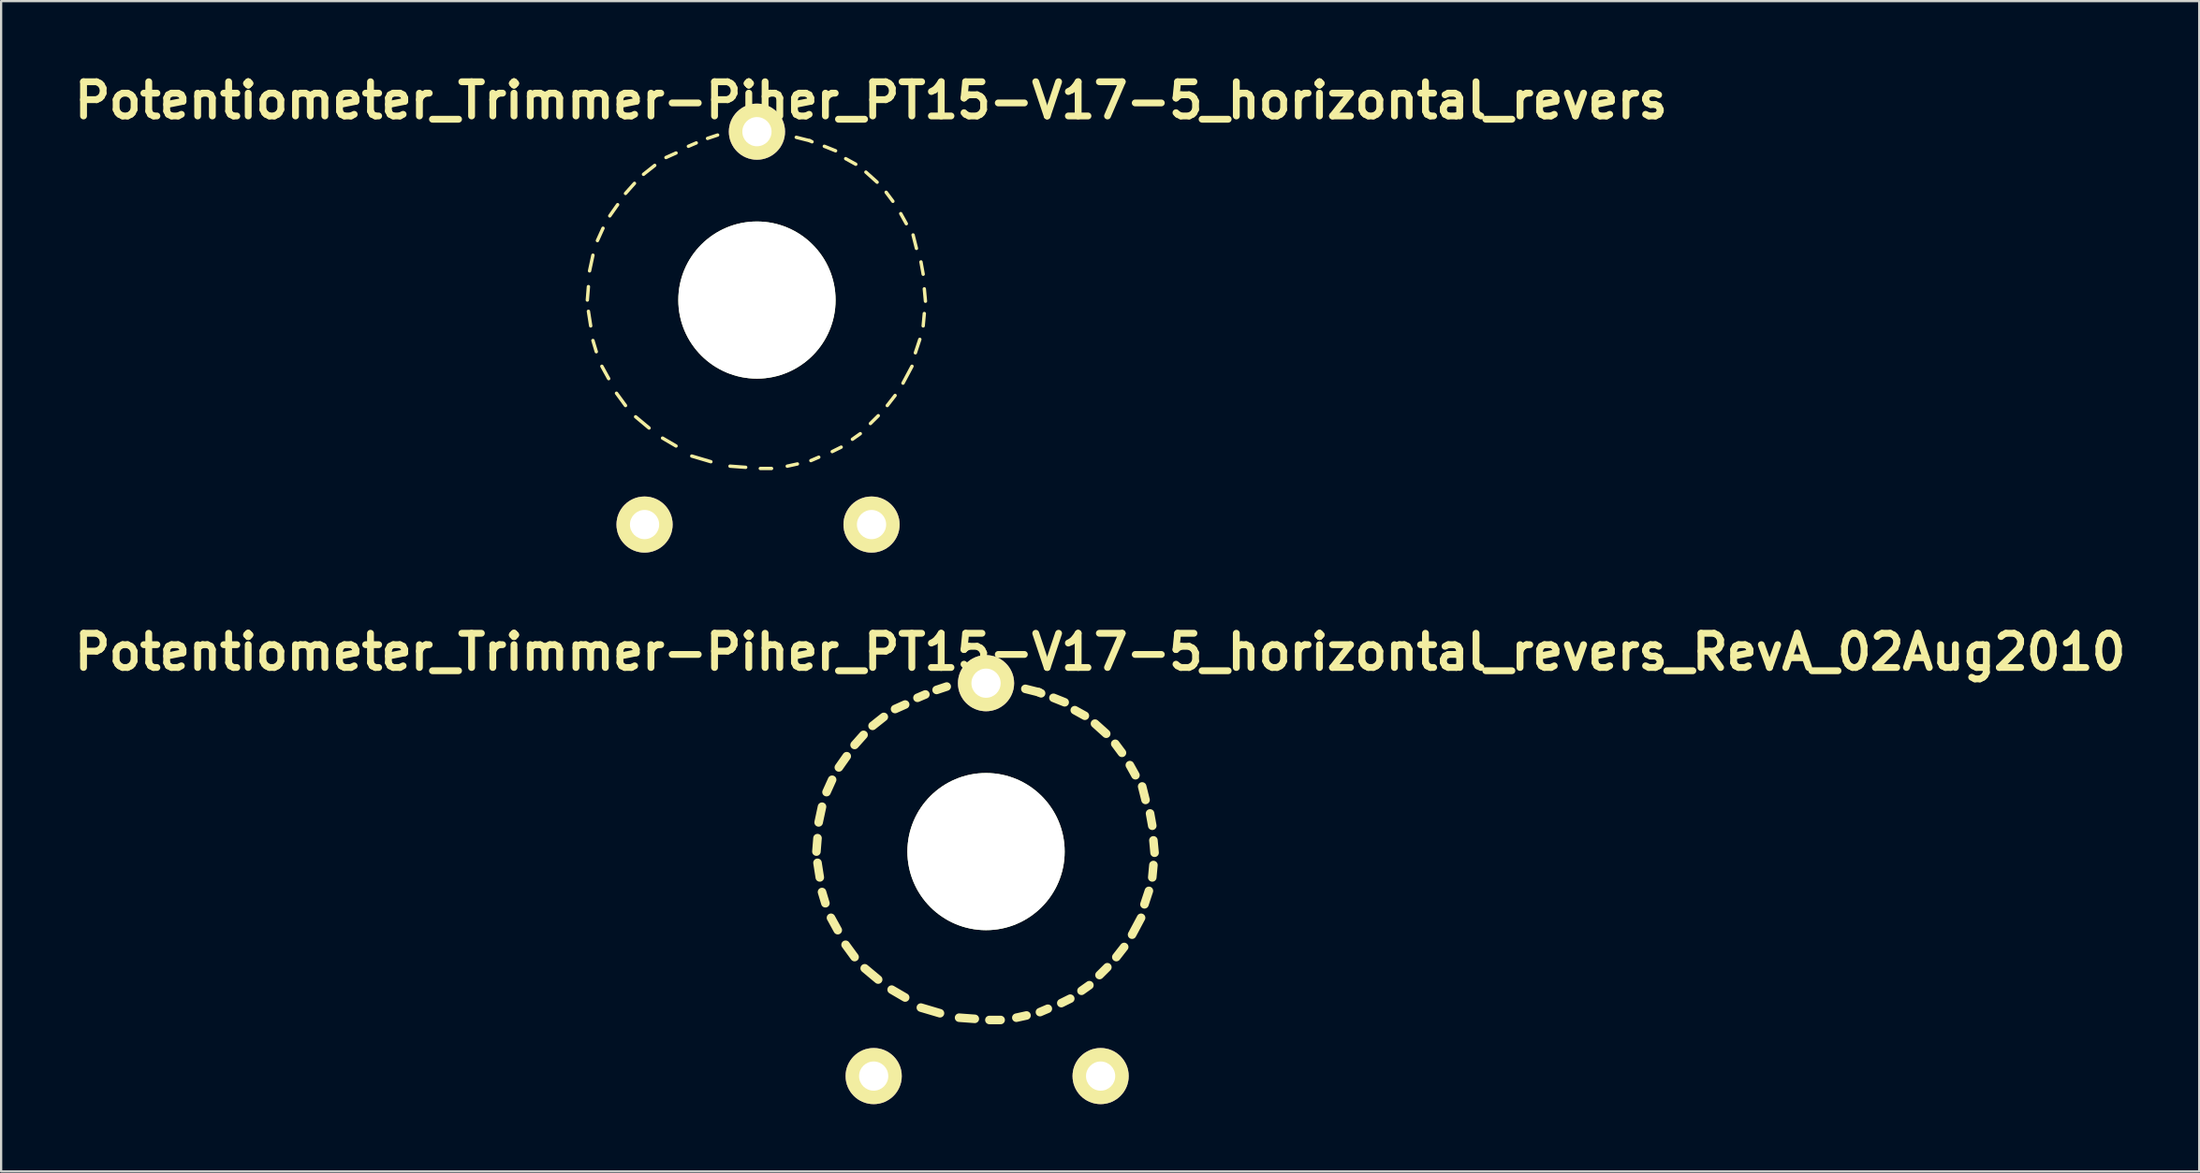
<source format=kicad_pcb>
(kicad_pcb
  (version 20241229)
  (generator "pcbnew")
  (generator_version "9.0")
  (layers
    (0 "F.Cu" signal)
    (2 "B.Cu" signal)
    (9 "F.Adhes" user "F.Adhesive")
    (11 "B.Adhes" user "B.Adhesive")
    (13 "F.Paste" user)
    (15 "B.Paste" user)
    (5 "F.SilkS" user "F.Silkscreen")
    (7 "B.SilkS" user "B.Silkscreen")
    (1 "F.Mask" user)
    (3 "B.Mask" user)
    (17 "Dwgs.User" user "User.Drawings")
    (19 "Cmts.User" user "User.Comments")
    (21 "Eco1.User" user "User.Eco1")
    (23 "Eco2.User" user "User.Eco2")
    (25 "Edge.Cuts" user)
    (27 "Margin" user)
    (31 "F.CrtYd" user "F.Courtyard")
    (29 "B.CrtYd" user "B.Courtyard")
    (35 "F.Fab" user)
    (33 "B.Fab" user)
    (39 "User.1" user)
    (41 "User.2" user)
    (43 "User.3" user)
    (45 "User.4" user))
  (footprint "Potentiometer_Trimmer-Piher_PT15-V17-5_horizontal_revers_RevA_02Aug2010"
    (layer "F.Cu")
    (at 40.836 34.883)
    (property "Reference" "Potentiometer_Trimmer-Piher_PT15-V17-5_horizontal_revers_RevA_02Aug2010" (at 5.08 -8.89 0) (layer "F.SilkS") (effects (font (size 1.524 1.524) (thickness 0.305))))
    (attr through_hole)
    (fp_line (start -7.549 0) (end -7.501 -0.599) (stroke (width 0.381) (type solid)) (layer "F.SilkS"))
    (fp_line (start -7.45 -1.3) (end -7.3 -1.999) (stroke (width 0.381) (type solid)) (layer "F.SilkS"))
    (fp_line (start -7.399 1.151) (end -7.501 0.5) (stroke (width 0.381) (type solid)) (layer "F.SilkS"))
    (fp_line (start -7.15 2.301) (end -7.3 1.801) (stroke (width 0.381) (type solid)) (layer "F.SilkS"))
    (fp_line (start -7.099 -2.649) (end -6.85 -3.2) (stroke (width 0.381) (type solid)) (layer "F.SilkS"))
    (fp_line (start -6.599 3.5) (end -6.901 2.949) (stroke (width 0.381) (type solid)) (layer "F.SilkS"))
    (fp_line (start -6.551 -3.749) (end -6.2 -4.249) (stroke (width 0.381) (type solid)) (layer "F.SilkS"))
    (fp_line (start -5.85 -4.75) (end -5.451 -5.199) (stroke (width 0.381) (type solid)) (layer "F.SilkS"))
    (fp_line (start -5.85 4.699) (end -6.251 4.15) (stroke (width 0.381) (type solid)) (layer "F.SilkS"))
    (fp_line (start -5.05 -5.601) (end -4.549 -5.999) (stroke (width 0.381) (type solid)) (layer "F.SilkS"))
    (fp_line (start -4.801 5.7) (end -5.4 5.199) (stroke (width 0.381) (type solid)) (layer "F.SilkS"))
    (fp_line (start -4.049 -6.35) (end -3.599 -6.551) (stroke (width 0.381) (type solid)) (layer "F.SilkS"))
    (fp_line (start -3.599 6.5) (end -4.201 6.149) (stroke (width 0.381) (type solid)) (layer "F.SilkS"))
    (fp_line (start -3.051 -6.85) (end -2.7 -7) (stroke (width 0.381) (type solid)) (layer "F.SilkS"))
    (fp_line (start -2.2 -7.201) (end -1.75 -7.351) (stroke (width 0.381) (type solid)) (layer "F.SilkS"))
    (fp_line (start -2.05 7.201) (end -2.901 6.949) (stroke (width 0.381) (type solid)) (layer "F.SilkS"))
    (fp_line (start -1.001 0) (end -0.749 0) (stroke (width 0.381) (type solid)) (layer "F.SilkS"))
    (fp_line (start -0.5 7.45) (end -1.199 7.399) (stroke (width 0.381) (type solid)) (layer "F.SilkS"))
    (fp_line (start -0.3 0) (end 0.3 0) (stroke (width 0.381) (type solid)) (layer "F.SilkS"))
    (fp_line (start -0.051 -1.001) (end 0 -0.599) (stroke (width 0.381) (type solid)) (layer "F.SilkS"))
    (fp_line (start 0 0.45) (end 0 1.001) (stroke (width 0.381) (type solid)) (layer "F.SilkS"))
    (fp_line (start 0.65 7.501) (end 0.15 7.501) (stroke (width 0.381) (type solid)) (layer "F.SilkS"))
    (fp_line (start 0.701 0) (end 1.001 0) (stroke (width 0.381) (type solid)) (layer "F.SilkS"))
    (fp_line (start 1.75 -7.249) (end 2.349 -7.099) (stroke (width 0.381) (type solid)) (layer "F.SilkS"))
    (fp_line (start 1.801 7.3) (end 1.349 7.399) (stroke (width 0.381) (type solid)) (layer "F.SilkS"))
    (fp_line (start 2.349 -7.099) (end 2.451 -7.051) (stroke (width 0.381) (type solid)) (layer "F.SilkS"))
    (fp_line (start 2.751 7) (end 2.4 7.15) (stroke (width 0.381) (type solid)) (layer "F.SilkS"))
    (fp_line (start 3 -6.85) (end 3.5 -6.65) (stroke (width 0.381) (type solid)) (layer "F.SilkS"))
    (fp_line (start 3.749 6.551) (end 3.35 6.749) (stroke (width 0.381) (type solid)) (layer "F.SilkS"))
    (fp_line (start 3.95 -6.299) (end 4.399 -6.05) (stroke (width 0.381) (type solid)) (layer "F.SilkS"))
    (fp_line (start 4.6 5.951) (end 4.249 6.2) (stroke (width 0.381) (type solid)) (layer "F.SilkS"))
    (fp_line (start 4.849 -5.7) (end 5.349 -5.25) (stroke (width 0.381) (type solid)) (layer "F.SilkS"))
    (fp_line (start 5.4 5.151) (end 5.05 5.499) (stroke (width 0.381) (type solid)) (layer "F.SilkS"))
    (fp_line (start 5.751 -4.801) (end 6.05 -4.399) (stroke (width 0.381) (type solid)) (layer "F.SilkS"))
    (fp_line (start 6.149 4.249) (end 5.799 4.699) (stroke (width 0.381) (type solid)) (layer "F.SilkS"))
    (fp_line (start 6.401 -3.851) (end 6.65 -3.401) (stroke (width 0.381) (type solid)) (layer "F.SilkS"))
    (fp_line (start 6.901 2.949) (end 6.5 3.701) (stroke (width 0.381) (type solid)) (layer "F.SilkS"))
    (fp_line (start 6.949 -2.901) (end 7.099 -2.301) (stroke (width 0.381) (type solid)) (layer "F.SilkS"))
    (fp_line (start 7.249 1.75) (end 7.051 2.349) (stroke (width 0.381) (type solid)) (layer "F.SilkS"))
    (fp_line (start 7.3 -1.699) (end 7.399 -1.151) (stroke (width 0.381) (type solid)) (layer "F.SilkS"))
    (fp_line (start 7.45 -0.5) (end 7.501 0.051) (stroke (width 0.381) (type solid)) (layer "F.SilkS"))
    (fp_line (start 7.45 0.599) (end 7.399 1.151) (stroke (width 0.381) (type solid)) (layer "F.SilkS"))
    (pad "" np_thru_hole circle (at 0 0) (size 7 7) (drill 7) (layers "*.Cu" "*.Mask" "F.SilkS"))
    (pad "1" thru_hole circle (at 5.1 10) (size 2.499 2.499) (drill 1.3) (layers "*.Cu" "*.Mask" "F.SilkS"))
    (pad "2" thru_hole circle (at 0 -7.501) (size 2.499 2.499) (drill 1.3) (layers "*.Cu" "*.Mask" "F.SilkS"))
    (pad "3" thru_hole circle (at -5.001 10) (size 2.499 2.499) (drill 1.3) (layers "*.Cu" "*.Mask" "F.SilkS")))
  (footprint "Potentiometer_Trimmer-Piher_PT15-V17-5_horizontal_revers"
    (layer "F.Cu")
    (at 35.74 20.316)
    (property "Reference" "Potentiometer_Trimmer-Piher_PT15-V17-5_horizontal_revers" (at -0.02 -18.89 0) (layer "F.SilkS") (effects (font (size 1.524 1.524) (thickness 0.305))))
    (attr through_hole)
    (fp_line (start -12.649 -10) (end -12.601 -10.599) (stroke (width 0.15) (type solid)) (layer "F.SilkS"))
    (fp_line (start -12.55 -11.3) (end -12.4 -11.999) (stroke (width 0.15) (type solid)) (layer "F.SilkS"))
    (fp_line (start -12.499 -8.849) (end -12.601 -9.5) (stroke (width 0.15) (type solid)) (layer "F.SilkS"))
    (fp_line (start -12.25 -7.699) (end -12.4 -8.199) (stroke (width 0.15) (type solid)) (layer "F.SilkS"))
    (fp_line (start -12.2 -12.649) (end -11.951 -13.2) (stroke (width 0.15) (type solid)) (layer "F.SilkS"))
    (fp_line (start -11.699 -6.5) (end -12.002 -7.051) (stroke (width 0.15) (type solid)) (layer "F.SilkS"))
    (fp_line (start -11.651 -13.749) (end -11.3 -14.249) (stroke (width 0.15) (type solid)) (layer "F.SilkS"))
    (fp_line (start -10.95 -14.75) (end -10.551 -15.199) (stroke (width 0.15) (type solid)) (layer "F.SilkS"))
    (fp_line (start -10.95 -5.301) (end -11.351 -5.85) (stroke (width 0.15) (type solid)) (layer "F.SilkS"))
    (fp_line (start -10.15 -15.601) (end -9.649 -15.999) (stroke (width 0.15) (type solid)) (layer "F.SilkS"))
    (fp_line (start -9.901 -4.3) (end -10.5 -4.801) (stroke (width 0.15) (type solid)) (layer "F.SilkS"))
    (fp_line (start -9.149 -16.35) (end -8.7 -16.551) (stroke (width 0.15) (type solid)) (layer "F.SilkS"))
    (fp_line (start -8.7 -3.5) (end -9.301 -3.851) (stroke (width 0.15) (type solid)) (layer "F.SilkS"))
    (fp_line (start -8.151 -16.85) (end -7.8 -17) (stroke (width 0.15) (type solid)) (layer "F.SilkS"))
    (fp_line (start -7.3 -17.201) (end -6.85 -17.351) (stroke (width 0.15) (type solid)) (layer "F.SilkS"))
    (fp_line (start -7.15 -2.799) (end -8.001 -3.051) (stroke (width 0.15) (type solid)) (layer "F.SilkS"))
    (fp_line (start -6.101 -10) (end -5.85 -10) (stroke (width 0.15) (type solid)) (layer "F.SilkS"))
    (fp_line (start -5.601 -2.55) (end -6.299 -2.601) (stroke (width 0.15) (type solid)) (layer "F.SilkS"))
    (fp_line (start -5.4 -10) (end -4.801 -10) (stroke (width 0.15) (type solid)) (layer "F.SilkS"))
    (fp_line (start -5.151 -11.001) (end -5.1 -10.599) (stroke (width 0.15) (type solid)) (layer "F.SilkS"))
    (fp_line (start -5.1 -9.55) (end -5.1 -8.999) (stroke (width 0.15) (type solid)) (layer "F.SilkS"))
    (fp_line (start -4.45 -2.499) (end -4.95 -2.499) (stroke (width 0.15) (type solid)) (layer "F.SilkS"))
    (fp_line (start -4.399 -10) (end -4.1 -10) (stroke (width 0.15) (type solid)) (layer "F.SilkS"))
    (fp_line (start -3.35 -17.249) (end -2.751 -17.099) (stroke (width 0.15) (type solid)) (layer "F.SilkS"))
    (fp_line (start -3.299 -2.7) (end -3.752 -2.601) (stroke (width 0.15) (type solid)) (layer "F.SilkS"))
    (fp_line (start -2.751 -17.099) (end -2.649 -17.051) (stroke (width 0.15) (type solid)) (layer "F.SilkS"))
    (fp_line (start -2.349 -3) (end -2.7 -2.85) (stroke (width 0.15) (type solid)) (layer "F.SilkS"))
    (fp_line (start -2.101 -16.85) (end -1.6 -16.65) (stroke (width 0.15) (type solid)) (layer "F.SilkS"))
    (fp_line (start -1.351 -3.449) (end -1.75 -3.251) (stroke (width 0.15) (type solid)) (layer "F.SilkS"))
    (fp_line (start -1.151 -16.299) (end -0.701 -16.05) (stroke (width 0.15) (type solid)) (layer "F.SilkS"))
    (fp_line (start -0.5 -4.049) (end -0.851 -3.8) (stroke (width 0.15) (type solid)) (layer "F.SilkS"))
    (fp_line (start -0.251 -15.7) (end 0.249 -15.25) (stroke (width 0.15) (type solid)) (layer "F.SilkS"))
    (fp_line (start 0.3 -4.849) (end -0.051 -4.501) (stroke (width 0.15) (type solid)) (layer "F.SilkS"))
    (fp_line (start 0.65 -14.801) (end 0.95 -14.399) (stroke (width 0.15) (type solid)) (layer "F.SilkS"))
    (fp_line (start 1.049 -5.751) (end 0.699 -5.301) (stroke (width 0.15) (type solid)) (layer "F.SilkS"))
    (fp_line (start 1.3 -13.851) (end 1.549 -13.401) (stroke (width 0.15) (type solid)) (layer "F.SilkS"))
    (fp_line (start 1.801 -7.051) (end 1.4 -6.299) (stroke (width 0.15) (type solid)) (layer "F.SilkS"))
    (fp_line (start 1.849 -12.901) (end 1.999 -12.301) (stroke (width 0.15) (type solid)) (layer "F.SilkS"))
    (fp_line (start 2.149 -8.25) (end 1.951 -7.65) (stroke (width 0.15) (type solid)) (layer "F.SilkS"))
    (fp_line (start 2.2 -11.699) (end 2.299 -11.151) (stroke (width 0.15) (type solid)) (layer "F.SilkS"))
    (fp_line (start 2.349 -10.5) (end 2.4 -9.949) (stroke (width 0.15) (type solid)) (layer "F.SilkS"))
    (fp_line (start 2.349 -9.401) (end 2.299 -8.849) (stroke (width 0.15) (type solid)) (layer "F.SilkS"))
    (pad "" np_thru_hole circle (at -5.1 -10) (size 7 7) (drill 7) (layers "*.Cu" "*.Mask" "F.SilkS"))
    (pad "1" thru_hole circle (at 0 0) (size 2.499 2.499) (drill 1.3) (layers "*.Cu" "*.Mask" "F.SilkS"))
    (pad "2" thru_hole circle (at -5.1 -17.501) (size 2.499 2.499) (drill 1.3) (layers "*.Cu" "*.Mask" "F.SilkS"))
    (pad "3" thru_hole circle (at -10.102 0) (size 2.499 2.499) (drill 1.3) (layers "*.Cu" "*.Mask" "F.SilkS")))
  (gr_rect
    (start -3 -3)
    (end 94.832 49.132)
    (stroke (width 0.1) (type default))
    (fill no)
    (layer "Edge.Cuts")))
</source>
